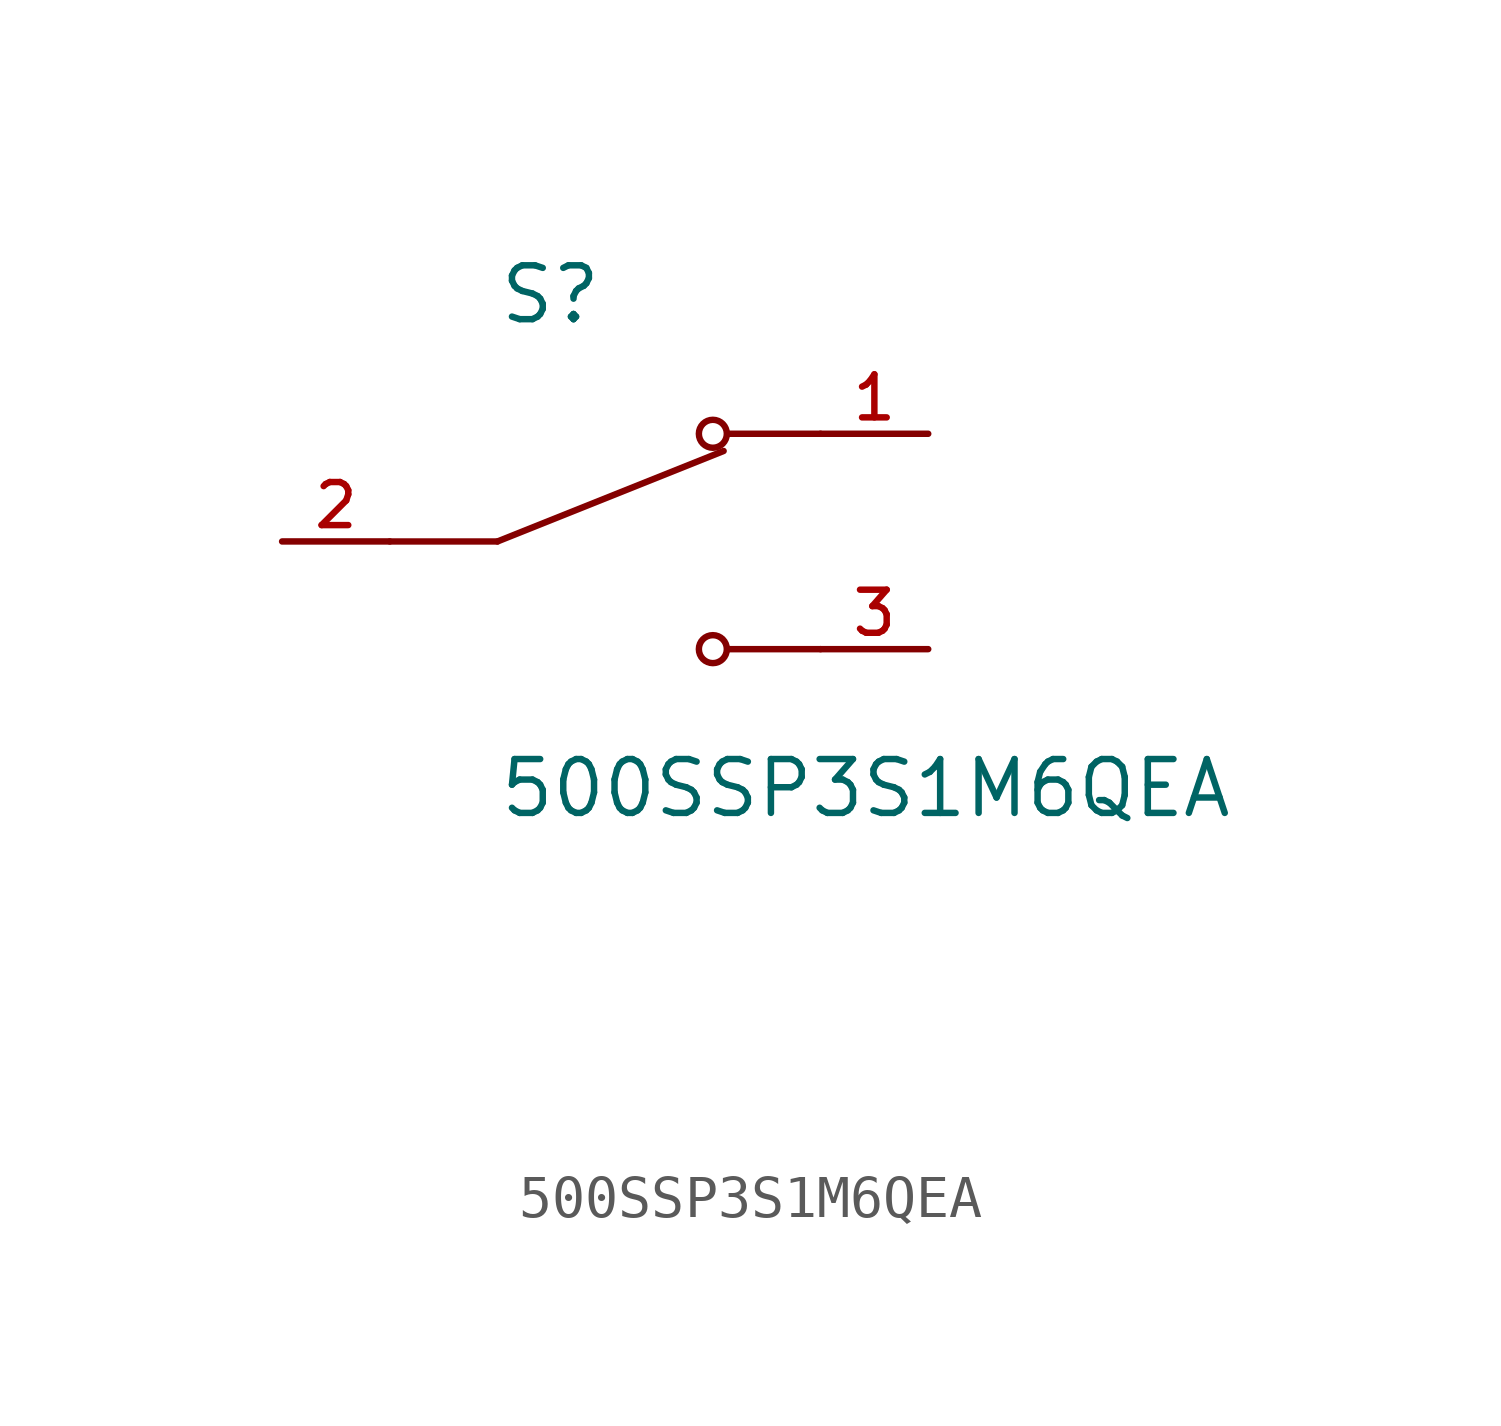
<source format=kicad_sym>
(kicad_symbol_lib
  (version 20241209)
  (generator "kicad_symbol_editor")
  (generator_version "9.0")
  (symbol "500SSP3S1M6QEA"
    (pin_names
      (offset 1.016))
    (property "Reference" "S"
      (at -2.54 5.08 0)
      (effects (font (size 1.27 1.27)) (justify left bottom)))
    (property "Value" "500SSP3S1M6QEA"
      (at -2.54 -5.08 0)
      (effects (font (size 1.27 1.27)) (justify left top)))
    (symbol "500SSP3S1M6QEA_0_0"
      (polyline (pts (xy -2.54 0) (xy -5.08 0)) (stroke (width 0.152) (type default)) (fill (type none)))
      (polyline (pts (xy -2.54 0) (xy 2.794 2.134)) (stroke (width 0.152) (type default)) (fill (type none)))
      (circle (center 2.54 2.54) (radius 0.33) (stroke (width 0.152) (type default)) (fill (type none)))
      (circle (center 2.54 -2.54) (radius 0.33) (stroke (width 0.152) (type default)) (fill (type none)))
      (polyline (pts (xy 5.08 2.54) (xy 2.921 2.54)) (stroke (width 0.152) (type default)) (fill (type none)))
      (polyline (pts (xy 5.08 -2.54) (xy 2.921 -2.54)) (stroke (width 0.152) (type default)) (fill (type none)))
      (pin passive line (at -7.62 0 0) (length 2.54) (name "~" (effects (font (size 1.016 1.016)))) (number "2" (effects (font (size 1.016 1.016)))))
      (pin passive line (at 7.62 2.54 180) (length 2.54) (name "~" (effects (font (size 1.016 1.016)))) (number "1" (effects (font (size 1.016 1.016)))))
      (pin passive line (at 7.62 -2.54 180) (length 2.54) (name "~" (effects (font (size 1.016 1.016)))) (number "3" (effects (font (size 1.016 1.016))))))
    (symbol "500SSP3S1M6QEA_1_1"
      (pin no_connect line (at 7.62 -7.62 180) (length 2.54) (hide yes) (name "S1" (effects (font (size 1.27 1.27)))) (number "S1" (effects (font (size 1.27 1.27)))))
      (pin no_connect line (at 7.62 -12.7 180) (length 2.54) (hide yes) (name "S2" (effects (font (size 1.27 1.27)))) (number "S2" (effects (font (size 1.27 1.27))))))))
</source>
